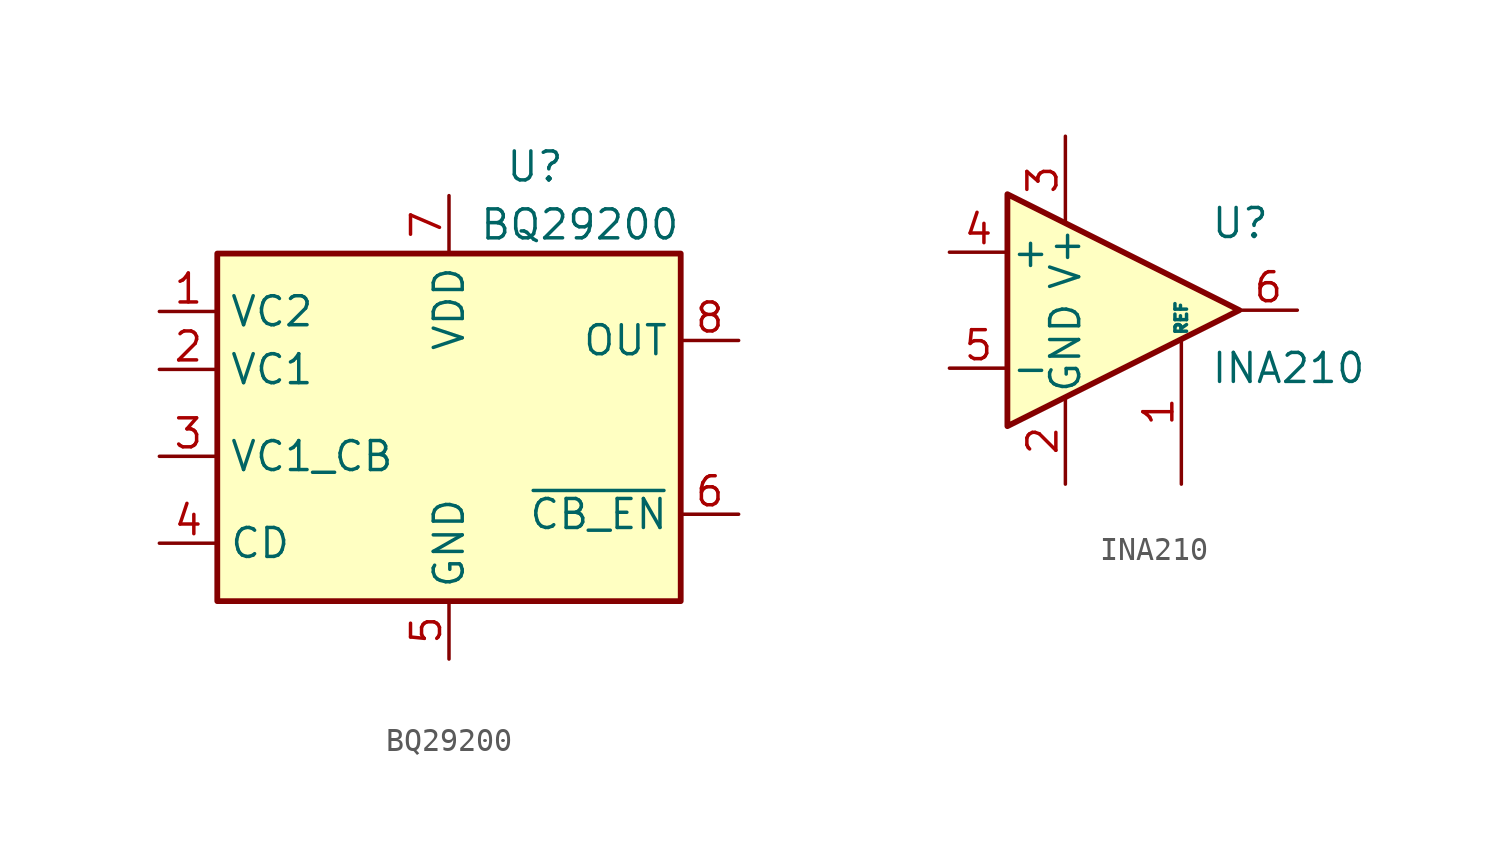
<source format=kicad_sym>
(kicad_symbol_lib
  (version 20241209)
  (generator "kicad_symbol_editor")
  (generator_version "9.0")
  (symbol "BQ29200"
    (property "Reference" "U"
      (at 5.08 11.43 0)
      (effects (font (size 1.27 1.27)) (justify right)))
    (property "Value" "BQ29200"
      (at 10.16 8.89 0)
      (effects (font (size 1.27 1.27)) (justify right)))
    (symbol "BQ29200_0_1"
      (rectangle (start -10.16 7.62) (end 10.16 -7.62) (stroke (width 0.254) (type default)) (fill (type background))))
    (symbol "BQ29200_1_1"
      (pin input line (at -12.7 5.08 0) (length 2.54) (name "VC2" (effects (font (size 1.27 1.27)))) (number "1" (effects (font (size 1.27 1.27)))))
      (pin input line (at -12.7 2.54 0) (length 2.54) (name "VC1" (effects (font (size 1.27 1.27)))) (number "2" (effects (font (size 1.27 1.27)))))
      (pin input line (at -12.7 -1.27 0) (length 2.54) (name "VC1_CB" (effects (font (size 1.27 1.27)))) (number "3" (effects (font (size 1.27 1.27)))))
      (pin input line (at -12.7 -5.08 0) (length 2.54) (name "CD" (effects (font (size 1.27 1.27)))) (number "4" (effects (font (size 1.27 1.27)))))
      (pin power_in line (at 0 10.16 270) (length 2.54) (name "VDD" (effects (font (size 1.27 1.27)))) (number "7" (effects (font (size 1.27 1.27)))))
      (pin power_in line (at 0 -10.16 90) (length 2.54) (name "GND" (effects (font (size 1.27 1.27)))) (number "5" (effects (font (size 1.27 1.27)))))
      (pin passive line (at 0 -10.16 90) (length 2.54) (hide yes) (name "PWR_PAD" (effects (font (size 1.27 1.27)))) (number "9" (effects (font (size 1.27 1.27)))))
      (pin output line (at 12.7 3.81 180) (length 2.54) (name "OUT" (effects (font (size 1.27 1.27)))) (number "8" (effects (font (size 1.27 1.27)))))
      (pin input line (at 12.7 -3.81 180) (length 2.54) (name "~{CB_EN}" (effects (font (size 1.27 1.27)))) (number "6" (effects (font (size 1.27 1.27)))))))
  (symbol "INA210"
    (pin_names
      (offset 0.127))
    (property "Reference" "U"
      (at 3.81 3.81 0)
      (effects (font (size 1.27 1.27)) (justify left)))
    (property "Value" "INA210"
      (at 3.81 -2.54 0)
      (effects (font (size 1.27 1.27)) (justify left)))
    (symbol "INA210_0_1"
      (polyline (pts (xy 5.08 0) (xy -5.08 5.08) (xy -5.08 -5.08) (xy 5.08 0)) (stroke (width 0.254) (type default)) (fill (type background))))
    (symbol "INA210_1_1"
      (pin input line (at -7.62 2.54 0) (length 2.54) (name "+" (effects (font (size 1.27 1.27)))) (number "4" (effects (font (size 1.27 1.27)))))
      (pin input line (at -7.62 -2.54 0) (length 2.54) (name "-" (effects (font (size 1.27 1.27)))) (number "5" (effects (font (size 1.27 1.27)))))
      (pin power_in line (at -2.54 7.62 270) (length 3.81) (name "V+" (effects (font (size 1.27 1.27)))) (number "3" (effects (font (size 1.27 1.27)))))
      (pin power_in line (at -2.54 -7.62 90) (length 3.81) (name "GND" (effects (font (size 1.27 1.27)))) (number "2" (effects (font (size 1.27 1.27)))))
      (pin input line (at 2.54 -7.62 90) (length 6.35) (name "REF" (effects (font (size 0.508 0.508)))) (number "1" (effects (font (size 1.27 1.27)))))
      (pin output line (at 7.62 0 180) (length 2.54) (name "~" (effects (font (size 1.27 1.27)))) (number "6" (effects (font (size 1.27 1.27))))))))
</source>
